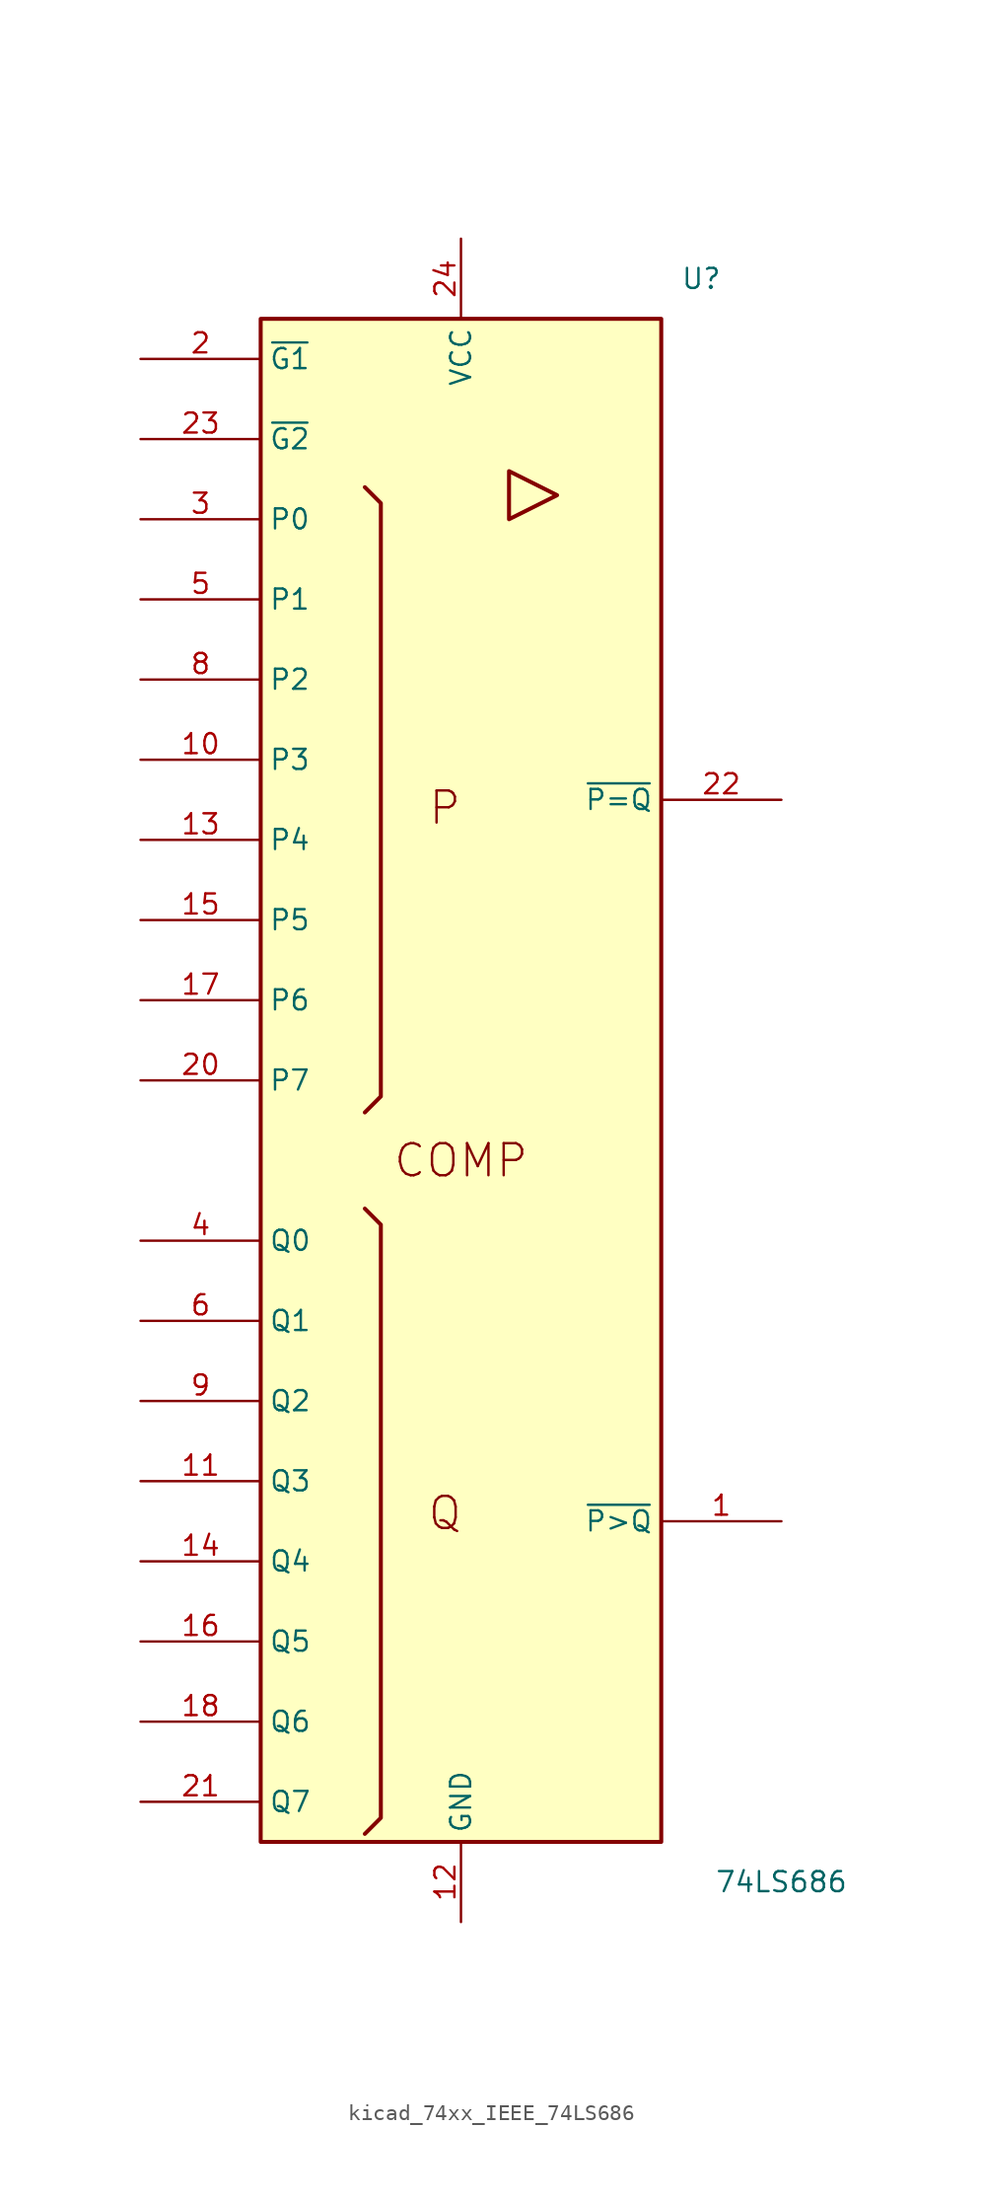
<source format=kicad_sym>
(kicad_symbol_lib
  (version 20220914)
  (generator kicad_symbol_editor)
  (symbol "kicad_74xx_IEEE_74LS686"
    (property "Reference" "U"
      (at 15.24 55.88 0)
      (effects (font (size 1.27 1.27))))
    (property "Value" "74LS686"
      (at 20.32 -45.72 0)
      (effects (font (size 1.27 1.27))))
    (symbol "kicad_74xx_IEEE_74LS686_0_0"
      (rectangle (start -12.7 53.34) (end 12.7 -43.18) (stroke (width 0.254) (type default)) (fill (type background)))
      (polyline (pts (xy 3.048 43.688) (xy 3.048 40.64) (xy 6.096 42.164) (xy 3.048 43.688) (xy 3.048 43.688)) (stroke (width 0.254) (type default)) (fill (type background)))
      (text "COMP" (at 0 0 0) (effects (font (size 2.032 2.032))))
      (text "P" (at -1.016 22.352 0) (effects (font (size 2.032 2.032))))
      (text "Q" (at -1.016 -22.352 0) (effects (font (size 2.032 2.032)))))
    (symbol "kicad_74xx_IEEE_74LS686_0_1"
      (polyline (pts (xy -6.096 -3.048) (xy -5.08 -4.064) (xy -5.08 -41.656) (xy -6.096 -42.672) (xy -6.096 -42.672)) (stroke (width 0.254) (type default)) (fill (type background)))
      (polyline (pts (xy -6.096 42.672) (xy -5.08 41.656) (xy -5.08 4.064) (xy -6.096 3.048) (xy -6.096 3.048)) (stroke (width 0.254) (type default)) (fill (type background))))
    (symbol "kicad_74xx_IEEE_74LS686_1_1"
      (pin output line (at 20.32 -22.86 180) (length 7.62) (name "~{P>Q}" (effects (font (size 1.27 1.27)))) (number "1" (effects (font (size 1.27 1.27)))))
      (pin input line (at -20.32 25.4 0) (length 7.62) (name "P3" (effects (font (size 1.27 1.27)))) (number "10" (effects (font (size 1.27 1.27)))))
      (pin input line (at -20.32 -20.32 0) (length 7.62) (name "Q3" (effects (font (size 1.27 1.27)))) (number "11" (effects (font (size 1.27 1.27)))))
      (pin power_in line (at 0 -48.26 90) (length 5.08) (name "GND" (effects (font (size 1.27 1.27)))) (number "12" (effects (font (size 1.27 1.27)))))
      (pin input line (at -20.32 20.32 0) (length 7.62) (name "P4" (effects (font (size 1.27 1.27)))) (number "13" (effects (font (size 1.27 1.27)))))
      (pin input line (at -20.32 -25.4 0) (length 7.62) (name "Q4" (effects (font (size 1.27 1.27)))) (number "14" (effects (font (size 1.27 1.27)))))
      (pin input line (at -20.32 15.24 0) (length 7.62) (name "P5" (effects (font (size 1.27 1.27)))) (number "15" (effects (font (size 1.27 1.27)))))
      (pin input line (at -20.32 -30.48 0) (length 7.62) (name "Q5" (effects (font (size 1.27 1.27)))) (number "16" (effects (font (size 1.27 1.27)))))
      (pin input line (at -20.32 10.16 0) (length 7.62) (name "P6" (effects (font (size 1.27 1.27)))) (number "17" (effects (font (size 1.27 1.27)))))
      (pin input line (at -20.32 -35.56 0) (length 7.62) (name "Q6" (effects (font (size 1.27 1.27)))) (number "18" (effects (font (size 1.27 1.27)))))
      (pin input line (at -20.32 50.8 0) (length 7.62) (name "~{G1}" (effects (font (size 1.27 1.27)))) (number "2" (effects (font (size 1.27 1.27)))))
      (pin input line (at -20.32 5.08 0) (length 7.62) (name "P7" (effects (font (size 1.27 1.27)))) (number "20" (effects (font (size 1.27 1.27)))))
      (pin input line (at -20.32 -40.64 0) (length 7.62) (name "Q7" (effects (font (size 1.27 1.27)))) (number "21" (effects (font (size 1.27 1.27)))))
      (pin output line (at 20.32 22.86 180) (length 7.62) (name "~{P=Q}" (effects (font (size 1.27 1.27)))) (number "22" (effects (font (size 1.27 1.27)))))
      (pin input line (at -20.32 45.72 0) (length 7.62) (name "~{G2}" (effects (font (size 1.27 1.27)))) (number "23" (effects (font (size 1.27 1.27)))))
      (pin power_in line (at 0 58.42 270) (length 5.08) (name "VCC" (effects (font (size 1.27 1.27)))) (number "24" (effects (font (size 1.27 1.27)))))
      (pin input line (at -20.32 40.64 0) (length 7.62) (name "P0" (effects (font (size 1.27 1.27)))) (number "3" (effects (font (size 1.27 1.27)))))
      (pin input line (at -20.32 -5.08 0) (length 7.62) (name "Q0" (effects (font (size 1.27 1.27)))) (number "4" (effects (font (size 1.27 1.27)))))
      (pin input line (at -20.32 35.56 0) (length 7.62) (name "P1" (effects (font (size 1.27 1.27)))) (number "5" (effects (font (size 1.27 1.27)))))
      (pin input line (at -20.32 -10.16 0) (length 7.62) (name "Q1" (effects (font (size 1.27 1.27)))) (number "6" (effects (font (size 1.27 1.27)))))
      (pin input line (at -20.32 30.48 0) (length 7.62) (name "P2" (effects (font (size 1.27 1.27)))) (number "8" (effects (font (size 1.27 1.27)))))
      (pin input line (at -20.32 -15.24 0) (length 7.62) (name "Q2" (effects (font (size 1.27 1.27)))) (number "9" (effects (font (size 1.27 1.27))))))))
</source>
